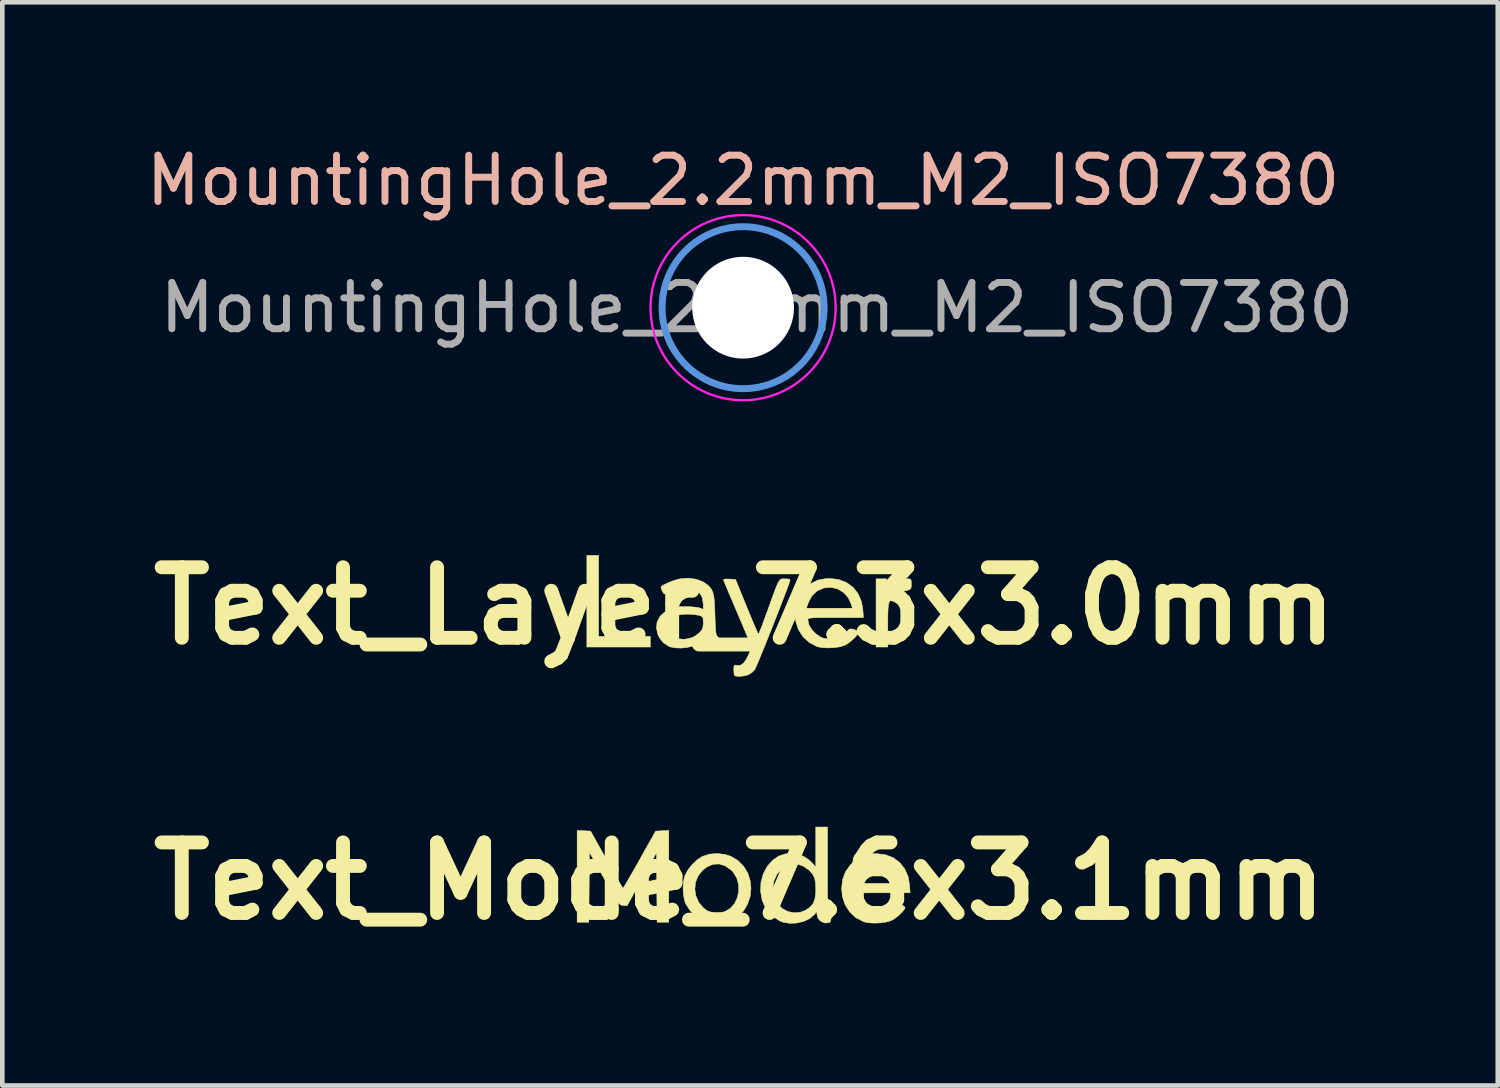
<source format=kicad_pcb>
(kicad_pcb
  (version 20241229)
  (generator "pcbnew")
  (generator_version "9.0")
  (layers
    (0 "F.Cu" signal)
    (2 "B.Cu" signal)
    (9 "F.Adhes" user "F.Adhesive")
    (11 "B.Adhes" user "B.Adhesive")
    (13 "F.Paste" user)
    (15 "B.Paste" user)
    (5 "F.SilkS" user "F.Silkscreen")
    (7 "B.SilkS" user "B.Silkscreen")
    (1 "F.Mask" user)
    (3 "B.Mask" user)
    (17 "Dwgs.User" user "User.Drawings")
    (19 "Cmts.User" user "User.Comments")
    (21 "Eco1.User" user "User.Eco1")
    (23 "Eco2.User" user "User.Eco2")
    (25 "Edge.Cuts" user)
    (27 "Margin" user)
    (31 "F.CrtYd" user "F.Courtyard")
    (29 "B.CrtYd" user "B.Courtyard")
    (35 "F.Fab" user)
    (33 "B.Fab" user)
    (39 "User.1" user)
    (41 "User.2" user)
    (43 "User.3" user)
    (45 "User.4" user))
  (footprint "MountingHole_2.2mm_M2_ISO7380"
    (layer "F.Cu")
    (at 13.006 3.598)
    (property "Reference" "MountingHole_2.2mm_M2_ISO7380" (at 0 -2.75 0) (layer "B.SilkS") (effects (font (size 1 1) (thickness 0.15))))
    (attr exclude_from_pos_files exclude_from_bom)
    (fp_circle (center 0 0) (end 1.75 0) (stroke (width 0.15) (type solid)) (fill no) (layer "Cmts.User"))
    (fp_circle (center 0 0) (end 2 0) (stroke (width 0.05) (type solid)) (fill no) (layer "F.CrtYd"))
    (fp_text user "${REFERENCE}" (at 0.3 0 0) (layer "F.Fab") (effects (font (size 1 1) (thickness 0.15))))
    (pad "" np_thru_hole circle (at 0 0) (size 2.2 2.2) (drill 2.2) (layers "*.Cu" "*.Mask")))
  (footprint "Text_Layer_7.3x3.0mm"
    (layer "F.Cu")
    (at 13.034 10.041)
    (property "Reference" "Text_Layer_7.3x3.0mm" (at 0 0 180) (layer "F.SilkS") (effects (font (size 1.524 1.524) (thickness 0.3))))
    (attr through_hole)
    (fp_poly (pts (xy -3.15 0.66) (xy -2.032 0.66) (xy -2.032 0.889) (xy -3.404 0.889) (xy -3.404 -1.092) (xy -3.15 -1.092) (xy -3.15 0.66)) (stroke (width 0.01) (type solid)) (fill yes) (layer "F.SilkS"))
    (fp_poly (pts (xy 3.073 -0.279) (xy 3.167 -0.383) (xy 3.277 -0.483) (xy 3.394 -0.552) (xy 3.507 -0.583) (xy 3.53 -0.584) (xy 3.577 -0.581) (xy 3.6 -0.562) (xy 3.606 -0.513) (xy 3.607 -0.472) (xy 3.605 -0.408) (xy 3.592 -0.369) (xy 3.556 -0.346) (xy 3.487 -0.328) (xy 3.438 -0.318) (xy 3.339 -0.279) (xy 3.237 -0.209) (xy 3.155 -0.122) (xy 3.146 -0.108) (xy 3.129 -0.078) (xy 3.117 -0.038) (xy 3.108 0.018) (xy 3.103 0.098) (xy 3.1 0.211) (xy 3.099 0.364) (xy 3.099 0.425) (xy 3.099 0.889) (xy 2.845 0.889) (xy 2.845 -0.584) (xy 3.073 -0.584) (xy 3.073 -0.279)) (stroke (width 0.01) (type solid)) (fill yes) (layer "F.SilkS"))
    (fp_poly (pts (xy 2.036 -0.57) (xy 2.207 -0.505) (xy 2.349 -0.4) (xy 2.458 -0.261) (xy 2.53 -0.091) (xy 2.56 0.08) (xy 2.572 0.254) (xy 1.972 0.254) (xy 1.782 0.254) (xy 1.638 0.255) (xy 1.532 0.257) (xy 1.458 0.26) (xy 1.412 0.266) (xy 1.386 0.274) (xy 1.374 0.286) (xy 1.372 0.302) (xy 1.372 0.306) (xy 1.394 0.409) (xy 1.456 0.513) (xy 1.545 0.606) (xy 1.651 0.676) (xy 1.709 0.698) (xy 1.864 0.72) (xy 2.01 0.693) (xy 2.143 0.618) (xy 2.208 0.557) (xy 2.257 0.51) (xy 2.299 0.496) (xy 2.361 0.508) (xy 2.369 0.51) (xy 2.432 0.536) (xy 2.463 0.567) (xy 2.464 0.573) (xy 2.444 0.617) (xy 2.394 0.678) (xy 2.323 0.745) (xy 2.245 0.806) (xy 2.171 0.851) (xy 2.072 0.883) (xy 1.943 0.903) (xy 1.804 0.909) (xy 1.673 0.902) (xy 1.57 0.88) (xy 1.568 0.879) (xy 1.402 0.792) (xy 1.267 0.668) (xy 1.168 0.514) (xy 1.109 0.334) (xy 1.092 0.166) (xy 1.104 0.051) (xy 1.343 0.051) (xy 2.333 0.051) (xy 2.31 -0.03) (xy 2.245 -0.174) (xy 2.147 -0.286) (xy 2.023 -0.363) (xy 1.881 -0.398) (xy 1.73 -0.388) (xy 1.708 -0.383) (xy 1.573 -0.323) (xy 1.467 -0.225) (xy 1.388 -0.085) (xy 1.36 -0.006) (xy 1.343 0.051) (xy 1.104 0.051) (xy 1.111 -0.025) (xy 1.172 -0.192) (xy 1.276 -0.342) (xy 1.284 -0.352) (xy 1.424 -0.476) (xy 1.581 -0.555) (xy 1.763 -0.59) (xy 1.841 -0.593) (xy 2.036 -0.57)) (stroke (width 0.01) (type solid)) (fill yes) (layer "F.SilkS"))
    (fp_poly (pts (xy 0.877 -0.584) (xy 0.878 -0.584) (xy 0.95 -0.581) (xy 0.982 -0.57) (xy 0.985 -0.545) (xy 0.984 -0.54) (xy 0.965 -0.483) (xy 0.931 -0.388) (xy 0.883 -0.262) (xy 0.825 -0.111) (xy 0.76 0.059) (xy 0.688 0.241) (xy 0.614 0.429) (xy 0.54 0.616) (xy 0.468 0.797) (xy 0.4 0.964) (xy 0.34 1.111) (xy 0.29 1.232) (xy 0.251 1.321) (xy 0.228 1.371) (xy 0.224 1.378) (xy 0.162 1.441) (xy 0.087 1.488) (xy 0.086 1.489) (xy 0.013 1.51) (xy -0.072 1.522) (xy -0.15 1.523) (xy -0.203 1.513) (xy -0.212 1.507) (xy -0.222 1.473) (xy -0.228 1.408) (xy -0.229 1.38) (xy -0.227 1.311) (xy -0.215 1.282) (xy -0.186 1.28) (xy -0.165 1.285) (xy -0.089 1.284) (xy -0.02 1.239) (xy 0.045 1.147) (xy 0.089 1.056) (xy 0.16 0.889) (xy -0.139 0.184) (xy -0.215 0.006) (xy -0.284 -0.158) (xy -0.345 -0.301) (xy -0.394 -0.418) (xy -0.429 -0.502) (xy -0.449 -0.548) (xy -0.451 -0.554) (xy -0.446 -0.573) (xy -0.408 -0.581) (xy -0.327 -0.579) (xy -0.191 -0.572) (xy 0.05 0.019) (xy 0.116 0.18) (xy 0.176 0.325) (xy 0.228 0.446) (xy 0.268 0.538) (xy 0.294 0.594) (xy 0.304 0.61) (xy 0.316 0.587) (xy 0.343 0.523) (xy 0.381 0.426) (xy 0.427 0.302) (xy 0.48 0.159) (xy 0.494 0.121) (xy 0.566 -0.081) (xy 0.624 -0.241) (xy 0.669 -0.362) (xy 0.705 -0.451) (xy 0.735 -0.513) (xy 0.76 -0.552) (xy 0.784 -0.574) (xy 0.81 -0.583) (xy 0.84 -0.585) (xy 0.877 -0.584)) (stroke (width 0.01) (type solid)) (fill yes) (layer "F.SilkS"))
    (fp_poly (pts (xy -1.045 -0.577) (xy -0.897 -0.523) (xy -0.792 -0.45) (xy -0.743 -0.4) (xy -0.707 -0.35) (xy -0.68 -0.289) (xy -0.662 -0.211) (xy -0.649 -0.107) (xy -0.641 0.032) (xy -0.635 0.199) (xy -0.63 0.36) (xy -0.624 0.479) (xy -0.618 0.561) (xy -0.609 0.613) (xy -0.597 0.645) (xy -0.582 0.661) (xy -0.578 0.663) (xy -0.544 0.707) (xy -0.533 0.788) (xy -0.538 0.856) (xy -0.559 0.889) (xy -0.595 0.904) (xy -0.688 0.907) (xy -0.768 0.874) (xy -0.822 0.812) (xy -0.838 0.745) (xy -0.838 0.682) (xy -0.938 0.76) (xy -1.023 0.817) (xy -1.116 0.866) (xy -1.144 0.877) (xy -1.253 0.902) (xy -1.379 0.912) (xy -1.503 0.907) (xy -1.605 0.886) (xy -1.638 0.872) (xy -1.756 0.793) (xy -1.835 0.692) (xy -1.87 0.619) (xy -1.901 0.475) (xy -1.897 0.437) (xy -1.65 0.437) (xy -1.634 0.525) (xy -1.588 0.605) (xy -1.515 0.671) (xy -1.419 0.712) (xy -1.304 0.722) (xy -1.27 0.718) (xy -1.189 0.701) (xy -1.118 0.681) (xy -1.118 0.681) (xy -1.059 0.648) (xy -0.991 0.596) (xy -0.972 0.578) (xy -0.921 0.522) (xy -0.897 0.469) (xy -0.889 0.394) (xy -0.889 0.365) (xy -0.891 0.286) (xy -0.902 0.244) (xy -0.931 0.221) (xy -0.984 0.205) (xy -1.091 0.186) (xy -1.218 0.179) (xy -1.343 0.184) (xy -1.448 0.201) (xy -1.483 0.213) (xy -1.578 0.273) (xy -1.632 0.351) (xy -1.65 0.437) (xy -1.897 0.437) (xy -1.885 0.342) (xy -1.821 0.225) (xy -1.713 0.127) (xy -1.628 0.079) (xy -1.549 0.046) (xy -1.477 0.026) (xy -1.393 0.017) (xy -1.279 0.015) (xy -1.257 0.015) (xy -1.146 0.02) (xy -1.046 0.029) (xy -0.975 0.042) (xy -0.959 0.047) (xy -0.889 0.075) (xy -0.889 -0.045) (xy -0.91 -0.178) (xy -0.969 -0.282) (xy -1.06 -0.356) (xy -1.176 -0.397) (xy -1.312 -0.403) (xy -1.461 -0.371) (xy -1.576 -0.322) (xy -1.649 -0.285) (xy -1.705 -0.26) (xy -1.725 -0.254) (xy -1.747 -0.274) (xy -1.775 -0.321) (xy -1.797 -0.374) (xy -1.803 -0.403) (xy -1.781 -0.43) (xy -1.722 -0.465) (xy -1.639 -0.504) (xy -1.545 -0.541) (xy -1.45 -0.571) (xy -1.388 -0.586) (xy -1.213 -0.599) (xy -1.045 -0.577)) (stroke (width 0.01) (type solid)) (fill yes) (layer "F.SilkS")))
  (footprint "Text_Mode_7.6x3.1mm"
    (layer "F.Cu")
    (at 12.925 15.987)
    (property "Reference" "Text_Mode_7.6x3.1mm" (at 0 0 180) (layer "F.SilkS") (effects (font (size 1.524 1.524) (thickness 0.3))))
    (attr through_hole)
    (fp_poly (pts (xy -1.524 0.889) (xy -1.777 0.889) (xy -1.784 0.139) (xy -1.791 -0.611) (xy -2.108 -0.039) (xy -2.426 0.534) (xy -2.512 0.527) (xy -2.539 0.524) (xy -2.564 0.515) (xy -2.589 0.496) (xy -2.619 0.461) (xy -2.657 0.405) (xy -2.707 0.323) (xy -2.772 0.211) (xy -2.856 0.062) (xy -2.919 -0.05) (xy -3.239 -0.62) (xy -3.252 0.889) (xy -3.505 0.889) (xy -3.505 -1.095) (xy -3.213 -1.079) (xy -2.87 -0.464) (xy -2.78 -0.303) (xy -2.699 -0.159) (xy -2.628 -0.035) (xy -2.571 0.062) (xy -2.532 0.126) (xy -2.514 0.152) (xy -2.513 0.152) (xy -2.498 0.131) (xy -2.461 0.071) (xy -2.406 -0.022) (xy -2.336 -0.143) (xy -2.255 -0.285) (xy -2.165 -0.444) (xy -2.154 -0.464) (xy -1.809 -1.079) (xy -1.667 -1.087) (xy -1.524 -1.095) (xy -1.524 0.889)) (stroke (width 0.01) (type solid)) (fill yes) (layer "F.SilkS"))
    (fp_poly (pts (xy -0.305 -0.574) (xy -0.183 -0.535) (xy -0.027 -0.441) (xy 0.095 -0.317) (xy 0.183 -0.171) (xy 0.235 -0.009) (xy 0.252 0.16) (xy 0.234 0.331) (xy 0.18 0.494) (xy 0.092 0.644) (xy -0.033 0.772) (xy -0.159 0.855) (xy -0.243 0.883) (xy -0.367 0.902) (xy -0.457 0.908) (xy -0.569 0.912) (xy -0.648 0.907) (xy -0.712 0.892) (xy -0.779 0.864) (xy -0.806 0.851) (xy -0.942 0.76) (xy -1.061 0.641) (xy -1.15 0.507) (xy -1.179 0.439) (xy -1.21 0.294) (xy -1.215 0.171) (xy -0.962 0.171) (xy -0.939 0.32) (xy -0.878 0.458) (xy -0.779 0.578) (xy -0.699 0.638) (xy -0.608 0.672) (xy -0.493 0.685) (xy -0.376 0.676) (xy -0.313 0.659) (xy -0.194 0.589) (xy -0.103 0.485) (xy -0.043 0.358) (xy -0.014 0.218) (xy -0.018 0.073) (xy -0.056 -0.066) (xy -0.13 -0.188) (xy -0.176 -0.237) (xy -0.307 -0.329) (xy -0.441 -0.37) (xy -0.575 -0.361) (xy -0.707 -0.301) (xy -0.787 -0.239) (xy -0.887 -0.117) (xy -0.945 0.022) (xy -0.962 0.171) (xy -1.215 0.171) (xy -1.217 0.13) (xy -1.2 -0.03) (xy -1.179 -0.11) (xy -1.118 -0.231) (xy -1.023 -0.353) (xy -0.91 -0.46) (xy -0.794 -0.535) (xy -0.644 -0.582) (xy -0.475 -0.595) (xy -0.305 -0.574)) (stroke (width 0.01) (type solid)) (fill yes) (layer "F.SilkS"))
    (fp_poly (pts (xy 3.154 -0.57) (xy 3.324 -0.505) (xy 3.466 -0.4) (xy 3.575 -0.261) (xy 3.648 -0.091) (xy 3.677 0.08) (xy 3.69 0.254) (xy 3.09 0.254) (xy 2.9 0.254) (xy 2.755 0.255) (xy 2.649 0.257) (xy 2.576 0.26) (xy 2.529 0.266) (xy 2.503 0.274) (xy 2.492 0.286) (xy 2.489 0.302) (xy 2.489 0.306) (xy 2.512 0.409) (xy 2.573 0.513) (xy 2.662 0.606) (xy 2.769 0.676) (xy 2.826 0.698) (xy 2.982 0.72) (xy 3.128 0.693) (xy 3.261 0.618) (xy 3.326 0.557) (xy 3.374 0.51) (xy 3.417 0.496) (xy 3.479 0.508) (xy 3.487 0.51) (xy 3.549 0.536) (xy 3.58 0.567) (xy 3.581 0.573) (xy 3.562 0.617) (xy 3.511 0.678) (xy 3.441 0.745) (xy 3.362 0.806) (xy 3.288 0.851) (xy 3.19 0.883) (xy 3.061 0.903) (xy 2.922 0.909) (xy 2.791 0.902) (xy 2.688 0.88) (xy 2.686 0.879) (xy 2.519 0.792) (xy 2.385 0.668) (xy 2.286 0.514) (xy 2.226 0.334) (xy 2.21 0.166) (xy 2.221 0.051) (xy 2.46 0.051) (xy 3.451 0.051) (xy 3.428 -0.03) (xy 3.363 -0.174) (xy 3.265 -0.286) (xy 3.141 -0.363) (xy 2.999 -0.398) (xy 2.848 -0.388) (xy 2.826 -0.383) (xy 2.69 -0.323) (xy 2.584 -0.225) (xy 2.505 -0.085) (xy 2.478 -0.006) (xy 2.46 0.051) (xy 2.221 0.051) (xy 2.229 -0.025) (xy 2.289 -0.192) (xy 2.393 -0.342) (xy 2.402 -0.352) (xy 2.542 -0.476) (xy 2.699 -0.555) (xy 2.88 -0.59) (xy 2.959 -0.593) (xy 3.154 -0.57)) (stroke (width 0.01) (type solid)) (fill yes) (layer "F.SilkS"))
    (fp_poly (pts (xy 1.905 -0.266) (xy 1.905 -0.024) (xy 1.906 0.171) (xy 1.908 0.325) (xy 1.91 0.443) (xy 1.914 0.529) (xy 1.919 0.588) (xy 1.926 0.625) (xy 1.935 0.645) (xy 1.943 0.651) (xy 1.971 0.687) (xy 1.981 0.769) (xy 1.981 0.776) (xy 1.976 0.85) (xy 1.956 0.889) (xy 1.933 0.901) (xy 1.842 0.906) (xy 1.76 0.871) (xy 1.7 0.805) (xy 1.676 0.718) (xy 1.676 0.715) (xy 1.676 0.654) (xy 1.626 0.718) (xy 1.527 0.805) (xy 1.397 0.869) (xy 1.248 0.906) (xy 1.093 0.914) (xy 0.947 0.89) (xy 0.87 0.861) (xy 0.745 0.776) (xy 0.63 0.659) (xy 0.539 0.524) (xy 0.492 0.412) (xy 0.458 0.217) (xy 0.461 0.161) (xy 0.724 0.161) (xy 0.749 0.323) (xy 0.823 0.481) (xy 0.827 0.488) (xy 0.922 0.59) (xy 1.043 0.656) (xy 1.18 0.685) (xy 1.321 0.673) (xy 1.434 0.628) (xy 1.533 0.559) (xy 1.598 0.479) (xy 1.635 0.377) (xy 1.65 0.24) (xy 1.651 0.185) (xy 1.646 0.048) (xy 1.628 -0.054) (xy 1.592 -0.135) (xy 1.533 -0.208) (xy 1.507 -0.234) (xy 1.383 -0.322) (xy 1.25 -0.367) (xy 1.117 -0.367) (xy 0.991 -0.321) (xy 0.925 -0.274) (xy 0.812 -0.144) (xy 0.745 0.003) (xy 0.724 0.161) (xy 0.461 0.161) (xy 0.467 0.026) (xy 0.516 -0.155) (xy 0.602 -0.317) (xy 0.721 -0.451) (xy 0.851 -0.54) (xy 0.987 -0.586) (xy 1.14 -0.597) (xy 1.291 -0.573) (xy 1.402 -0.526) (xy 1.485 -0.47) (xy 1.56 -0.406) (xy 1.585 -0.38) (xy 1.651 -0.301) (xy 1.651 -1.168) (xy 1.905 -1.168) (xy 1.905 -0.266)) (stroke (width 0.01) (type solid)) (fill yes) (layer "F.SilkS")))
  (gr_rect
    (start -3 -3)
    (end 29.312 20.405)
    (stroke (width 0.1) (type default))
    (fill no)
    (layer "Edge.Cuts")))
</source>
